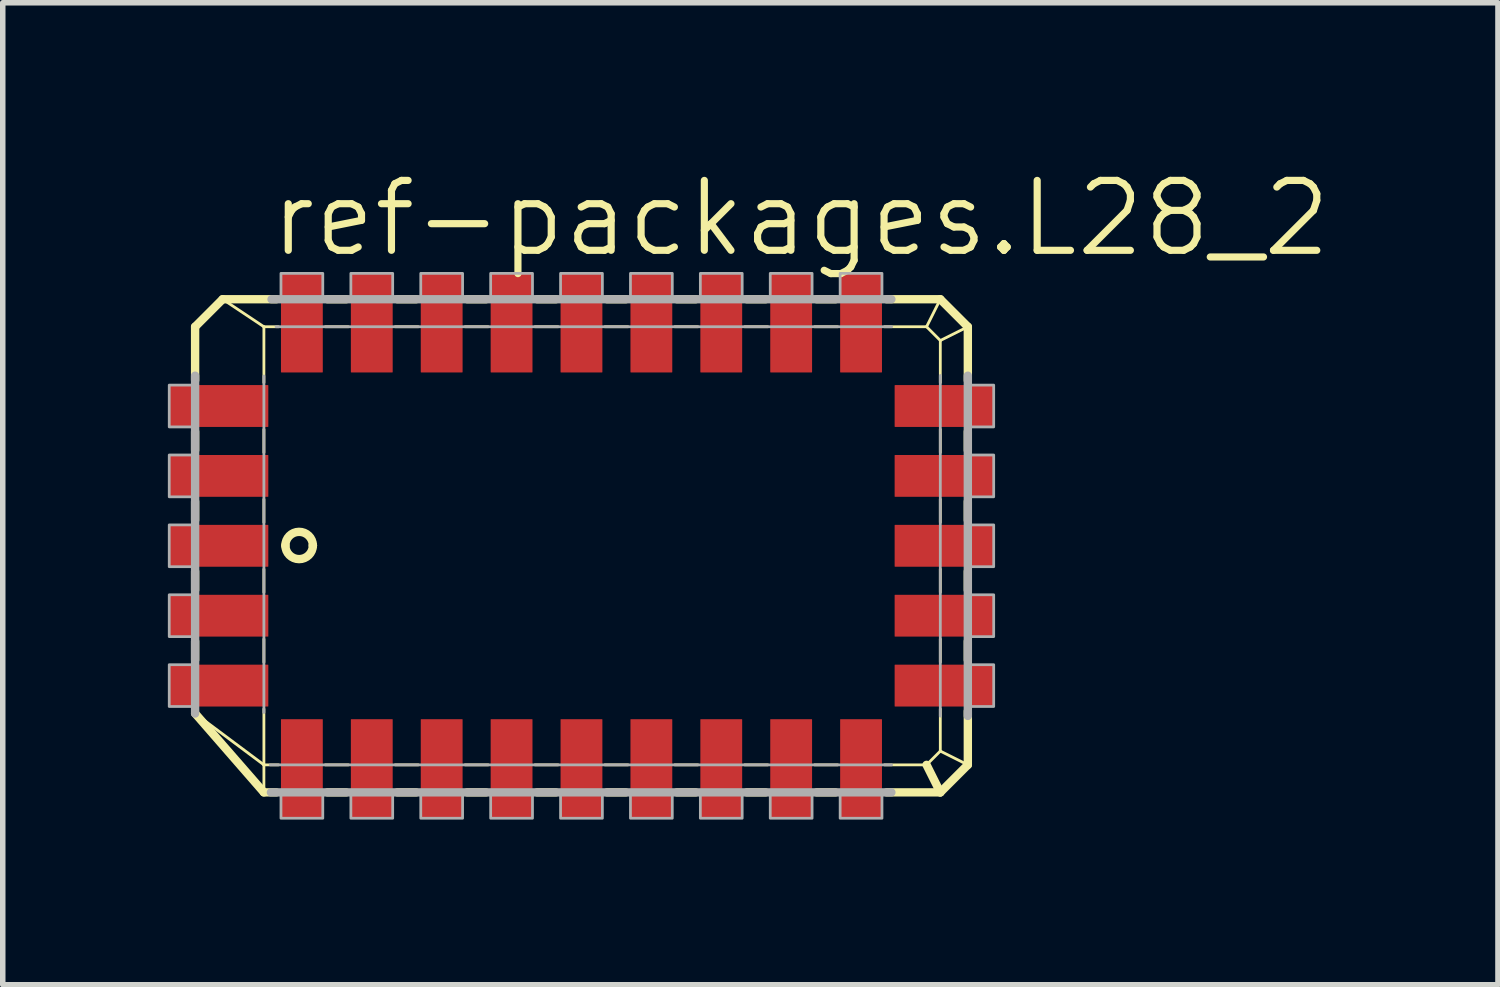
<source format=kicad_pcb>
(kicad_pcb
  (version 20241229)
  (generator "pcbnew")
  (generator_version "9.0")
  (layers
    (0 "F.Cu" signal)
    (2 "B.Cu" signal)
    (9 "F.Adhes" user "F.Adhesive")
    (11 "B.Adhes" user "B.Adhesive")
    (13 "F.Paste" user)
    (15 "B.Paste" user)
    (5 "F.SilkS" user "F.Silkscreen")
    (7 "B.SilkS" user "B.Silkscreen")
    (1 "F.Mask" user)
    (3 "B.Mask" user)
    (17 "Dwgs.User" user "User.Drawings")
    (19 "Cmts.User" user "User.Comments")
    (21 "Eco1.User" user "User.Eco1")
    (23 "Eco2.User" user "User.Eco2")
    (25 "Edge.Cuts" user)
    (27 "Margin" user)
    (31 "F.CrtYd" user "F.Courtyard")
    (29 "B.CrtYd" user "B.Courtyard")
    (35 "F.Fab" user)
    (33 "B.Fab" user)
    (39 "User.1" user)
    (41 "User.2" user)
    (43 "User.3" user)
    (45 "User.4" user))
  (footprint "ref-packages.L28_2"
    (layer "F.Cu")
    (at 7.515 6.867)
    (property "Reference" "ref-packages.L28_2" (at -5.715 -5.207 0) (layer "F.SilkS") (effects (font (size 1.27 1.27) (thickness 0.13)) (justify left bottom)))
    (attr smd)
    (fp_line (start -7.02 -3.98) (end -6.52 -4.48) (stroke (width 0.152) (type default)) (layer "F.SilkS"))
    (fp_line (start -7.02 -3.005) (end -7.02 -3.98) (stroke (width 0.152) (type default)) (layer "F.SilkS"))
    (fp_line (start -7.02 -1.735) (end -7.02 -2.075) (stroke (width 0.152) (type default)) (layer "F.SilkS"))
    (fp_line (start -7.02 -0.465) (end -7.02 -0.805) (stroke (width 0.152) (type default)) (layer "F.SilkS"))
    (fp_line (start -7.02 0.805) (end -7.02 0.465) (stroke (width 0.152) (type default)) (layer "F.SilkS"))
    (fp_line (start -7.02 2.075) (end -7.02 1.735) (stroke (width 0.152) (type default)) (layer "F.SilkS"))
    (fp_line (start -6.52 -4.48) (end -5.77 -3.98) (stroke (width 0.051) (type default)) (layer "F.SilkS"))
    (fp_line (start -6.52 -4.48) (end -5.545 -4.48) (stroke (width 0.152) (type default)) (layer "F.SilkS"))
    (fp_line (start -5.77 -3.98) (end -5.505 -3.98) (stroke (width 0.051) (type default)) (layer "F.SilkS"))
    (fp_line (start -5.77 -2.965) (end -5.77 -3.98) (stroke (width 0.051) (type default)) (layer "F.SilkS"))
    (fp_line (start -5.77 -1.695) (end -5.77 -2.115) (stroke (width 0.051) (type default)) (layer "F.SilkS"))
    (fp_line (start -5.77 -0.425) (end -5.77 -0.845) (stroke (width 0.051) (type default)) (layer "F.SilkS"))
    (fp_line (start -5.77 0.845) (end -5.77 0.425) (stroke (width 0.051) (type default)) (layer "F.SilkS"))
    (fp_line (start -5.77 2.115) (end -5.77 1.695) (stroke (width 0.051) (type default)) (layer "F.SilkS"))
    (fp_line (start -5.77 3.98) (end -7.015 3.051) (stroke (width 0.051) (type default)) (layer "F.SilkS"))
    (fp_line (start -5.77 3.98) (end -5.77 2.965) (stroke (width 0.051) (type default)) (layer "F.SilkS"))
    (fp_line (start -5.77 4.48) (end -7.02 3.045) (stroke (width 0.152) (type default)) (layer "F.SilkS"))
    (fp_line (start -5.77 4.48) (end -5.77 3.98) (stroke (width 0.051) (type default)) (layer "F.SilkS"))
    (fp_line (start -5.545 4.48) (end -5.77 4.48) (stroke (width 0.152) (type default)) (layer "F.SilkS"))
    (fp_line (start -5.505 3.98) (end -5.77 3.98) (stroke (width 0.051) (type default)) (layer "F.SilkS"))
    (fp_line (start -4.655 -3.98) (end -4.235 -3.98) (stroke (width 0.051) (type default)) (layer "F.SilkS"))
    (fp_line (start -4.615 -4.48) (end -4.275 -4.48) (stroke (width 0.152) (type default)) (layer "F.SilkS"))
    (fp_line (start -4.275 4.48) (end -4.615 4.48) (stroke (width 0.152) (type default)) (layer "F.SilkS"))
    (fp_line (start -4.235 3.98) (end -4.655 3.98) (stroke (width 0.051) (type default)) (layer "F.SilkS"))
    (fp_line (start -3.385 -3.98) (end -2.965 -3.98) (stroke (width 0.051) (type default)) (layer "F.SilkS"))
    (fp_line (start -3.345 -4.48) (end -3.005 -4.48) (stroke (width 0.152) (type default)) (layer "F.SilkS"))
    (fp_line (start -3.005 4.48) (end -3.345 4.48) (stroke (width 0.152) (type default)) (layer "F.SilkS"))
    (fp_line (start -2.965 3.98) (end -3.385 3.98) (stroke (width 0.051) (type default)) (layer "F.SilkS"))
    (fp_line (start -2.115 -3.98) (end -1.695 -3.98) (stroke (width 0.051) (type default)) (layer "F.SilkS"))
    (fp_line (start -2.075 -4.48) (end -1.735 -4.48) (stroke (width 0.152) (type default)) (layer "F.SilkS"))
    (fp_line (start -1.735 4.48) (end -2.075 4.48) (stroke (width 0.152) (type default)) (layer "F.SilkS"))
    (fp_line (start -1.695 3.98) (end -2.115 3.98) (stroke (width 0.051) (type default)) (layer "F.SilkS"))
    (fp_line (start -0.845 -3.98) (end -0.425 -3.98) (stroke (width 0.051) (type default)) (layer "F.SilkS"))
    (fp_line (start -0.805 -4.48) (end -0.465 -4.48) (stroke (width 0.152) (type default)) (layer "F.SilkS"))
    (fp_line (start -0.465 4.48) (end -0.805 4.48) (stroke (width 0.152) (type default)) (layer "F.SilkS"))
    (fp_line (start -0.425 3.98) (end -0.845 3.98) (stroke (width 0.051) (type default)) (layer "F.SilkS"))
    (fp_line (start 0.425 -3.98) (end 0.845 -3.98) (stroke (width 0.051) (type default)) (layer "F.SilkS"))
    (fp_line (start 0.465 -4.48) (end 0.805 -4.48) (stroke (width 0.152) (type default)) (layer "F.SilkS"))
    (fp_line (start 0.805 4.48) (end 0.465 4.48) (stroke (width 0.152) (type default)) (layer "F.SilkS"))
    (fp_line (start 0.845 3.98) (end 0.425 3.98) (stroke (width 0.051) (type default)) (layer "F.SilkS"))
    (fp_line (start 1.695 -3.98) (end 2.115 -3.98) (stroke (width 0.051) (type default)) (layer "F.SilkS"))
    (fp_line (start 1.735 -4.48) (end 2.075 -4.48) (stroke (width 0.152) (type default)) (layer "F.SilkS"))
    (fp_line (start 2.075 4.48) (end 1.735 4.48) (stroke (width 0.152) (type default)) (layer "F.SilkS"))
    (fp_line (start 2.115 3.98) (end 1.695 3.98) (stroke (width 0.051) (type default)) (layer "F.SilkS"))
    (fp_line (start 2.965 -3.98) (end 3.385 -3.98) (stroke (width 0.051) (type default)) (layer "F.SilkS"))
    (fp_line (start 3.005 -4.48) (end 3.345 -4.48) (stroke (width 0.152) (type default)) (layer "F.SilkS"))
    (fp_line (start 3.345 4.48) (end 3.005 4.48) (stroke (width 0.152) (type default)) (layer "F.SilkS"))
    (fp_line (start 3.385 3.98) (end 2.965 3.98) (stroke (width 0.051) (type default)) (layer "F.SilkS"))
    (fp_line (start 4.235 -3.98) (end 4.655 -3.98) (stroke (width 0.051) (type default)) (layer "F.SilkS"))
    (fp_line (start 4.275 -4.48) (end 4.615 -4.48) (stroke (width 0.152) (type default)) (layer "F.SilkS"))
    (fp_line (start 4.615 4.48) (end 4.275 4.48) (stroke (width 0.152) (type default)) (layer "F.SilkS"))
    (fp_line (start 4.655 3.98) (end 4.235 3.98) (stroke (width 0.051) (type default)) (layer "F.SilkS"))
    (fp_line (start 5.505 -3.98) (end 6.27 -3.98) (stroke (width 0.051) (type default)) (layer "F.SilkS"))
    (fp_line (start 5.545 -4.48) (end 6.52 -4.48) (stroke (width 0.152) (type default)) (layer "F.SilkS"))
    (fp_line (start 6.27 -3.98) (end 6.52 -4.48) (stroke (width 0.051) (type default)) (layer "F.SilkS"))
    (fp_line (start 6.27 -3.98) (end 6.52 -3.73) (stroke (width 0.051) (type default)) (layer "F.SilkS"))
    (fp_line (start 6.27 3.98) (end 5.505 3.98) (stroke (width 0.051) (type default)) (layer "F.SilkS"))
    (fp_line (start 6.52 -4.48) (end 7.02 -3.98) (stroke (width 0.152) (type default)) (layer "F.SilkS"))
    (fp_line (start 6.52 -3.73) (end 6.52 -2.965) (stroke (width 0.051) (type default)) (layer "F.SilkS"))
    (fp_line (start 6.52 -3.73) (end 7.02 -3.98) (stroke (width 0.051) (type default)) (layer "F.SilkS"))
    (fp_line (start 6.52 -2.115) (end 6.52 -1.695) (stroke (width 0.051) (type default)) (layer "F.SilkS"))
    (fp_line (start 6.52 -0.845) (end 6.52 -0.425) (stroke (width 0.051) (type default)) (layer "F.SilkS"))
    (fp_line (start 6.52 0.425) (end 6.52 0.845) (stroke (width 0.051) (type default)) (layer "F.SilkS"))
    (fp_line (start 6.52 1.695) (end 6.52 2.115) (stroke (width 0.051) (type default)) (layer "F.SilkS"))
    (fp_line (start 6.52 2.965) (end 6.52 3.73) (stroke (width 0.051) (type default)) (layer "F.SilkS"))
    (fp_line (start 6.52 3.73) (end 6.27 3.98) (stroke (width 0.051) (type default)) (layer "F.SilkS"))
    (fp_line (start 6.52 4.48) (end 5.545 4.48) (stroke (width 0.152) (type default)) (layer "F.SilkS"))
    (fp_line (start 6.52 4.48) (end 6.27 3.98) (stroke (width 0.152) (type default)) (layer "F.SilkS"))
    (fp_line (start 7.02 -3.98) (end 7.02 -3.005) (stroke (width 0.152) (type default)) (layer "F.SilkS"))
    (fp_line (start 7.02 -2.075) (end 7.02 -1.735) (stroke (width 0.152) (type default)) (layer "F.SilkS"))
    (fp_line (start 7.02 -0.805) (end 7.02 -0.465) (stroke (width 0.152) (type default)) (layer "F.SilkS"))
    (fp_line (start 7.02 0.465) (end 7.02 0.805) (stroke (width 0.152) (type default)) (layer "F.SilkS"))
    (fp_line (start 7.02 1.735) (end 7.02 2.075) (stroke (width 0.152) (type default)) (layer "F.SilkS"))
    (fp_line (start 7.02 3.005) (end 7.02 3.98) (stroke (width 0.152) (type default)) (layer "F.SilkS"))
    (fp_line (start 7.02 3.98) (end 6.52 3.73) (stroke (width 0.051) (type default)) (layer "F.SilkS"))
    (fp_line (start 7.02 3.98) (end 6.52 4.48) (stroke (width 0.152) (type default)) (layer "F.SilkS"))
    (fp_arc (start -5.38 -0.001) (mid -5.132964 -0.251018) (end -4.88 -0.007) (stroke (width 0.1524) (type default)) (layer "F.SilkS"))
    (fp_arc (start -4.88 -0.007) (mid -5.131 0.242) (end -5.38 -0.009) (stroke (width 0.1524) (type default)) (layer "F.SilkS"))
    (fp_arc (start -4.88 -0.007) (mid -4.879982 -0.004) (end -4.88 -0.001) (stroke (width 0.1524) (type default)) (layer "F.SilkS"))
    (fp_line (start -7.02 3.047) (end -7.02 -3.091) (stroke (width 0.152) (type default)) (layer "F.Fab"))
    (fp_line (start -5.77 3.028) (end -5.77 -3.085) (stroke (width 0.051) (type default)) (layer "F.Fab"))
    (fp_line (start -5.631 -4.48) (end 5.631 -4.48) (stroke (width 0.152) (type default)) (layer "F.Fab"))
    (fp_line (start -5.549 -3.98) (end 5.635 -3.98) (stroke (width 0.051) (type default)) (layer "F.Fab"))
    (fp_line (start 5.631 4.48) (end -5.643 4.48) (stroke (width 0.152) (type default)) (layer "F.Fab"))
    (fp_line (start 5.635 3.98) (end -5.656 3.98) (stroke (width 0.051) (type default)) (layer "F.Fab"))
    (fp_line (start 6.52 -3.095) (end 6.52 3.095) (stroke (width 0.051) (type default)) (layer "F.Fab"))
    (fp_line (start 7.02 -3.091) (end 7.02 3.091) (stroke (width 0.152) (type default)) (layer "F.Fab"))
    (fp_rect (start -7.49 -2.16) (end -7.02 -2.92) (stroke (width 0.05) (type default)) (fill no) (layer "F.Fab"))
    (fp_rect (start -7.49 -0.89) (end -7.02 -1.65) (stroke (width 0.05) (type default)) (fill no) (layer "F.Fab"))
    (fp_rect (start -7.49 0.38) (end -7.02 -0.38) (stroke (width 0.05) (type default)) (fill no) (layer "F.Fab"))
    (fp_rect (start -7.49 1.65) (end -7.02 0.89) (stroke (width 0.05) (type default)) (fill no) (layer "F.Fab"))
    (fp_rect (start -7.49 2.92) (end -7.02 2.16) (stroke (width 0.05) (type default)) (fill no) (layer "F.Fab"))
    (fp_rect (start -5.46 -4.48) (end -4.7 -4.95) (stroke (width 0.05) (type default)) (fill no) (layer "F.Fab"))
    (fp_rect (start -5.46 4.95) (end -4.7 4.48) (stroke (width 0.05) (type default)) (fill no) (layer "F.Fab"))
    (fp_rect (start -4.19 -4.48) (end -3.43 -4.95) (stroke (width 0.05) (type default)) (fill no) (layer "F.Fab"))
    (fp_rect (start -4.19 4.95) (end -3.43 4.48) (stroke (width 0.05) (type default)) (fill no) (layer "F.Fab"))
    (fp_rect (start -2.92 -4.48) (end -2.16 -4.95) (stroke (width 0.05) (type default)) (fill no) (layer "F.Fab"))
    (fp_rect (start -2.92 4.95) (end -2.16 4.48) (stroke (width 0.05) (type default)) (fill no) (layer "F.Fab"))
    (fp_rect (start -1.65 -4.48) (end -0.89 -4.95) (stroke (width 0.05) (type default)) (fill no) (layer "F.Fab"))
    (fp_rect (start -1.65 4.95) (end -0.89 4.48) (stroke (width 0.05) (type default)) (fill no) (layer "F.Fab"))
    (fp_rect (start -0.38 -4.48) (end 0.38 -4.95) (stroke (width 0.05) (type default)) (fill no) (layer "F.Fab"))
    (fp_rect (start -0.38 4.95) (end 0.38 4.48) (stroke (width 0.05) (type default)) (fill no) (layer "F.Fab"))
    (fp_rect (start 0.89 -4.48) (end 1.65 -4.95) (stroke (width 0.05) (type default)) (fill no) (layer "F.Fab"))
    (fp_rect (start 0.89 4.95) (end 1.65 4.48) (stroke (width 0.05) (type default)) (fill no) (layer "F.Fab"))
    (fp_rect (start 2.16 -4.48) (end 2.92 -4.95) (stroke (width 0.05) (type default)) (fill no) (layer "F.Fab"))
    (fp_rect (start 2.16 4.95) (end 2.92 4.48) (stroke (width 0.05) (type default)) (fill no) (layer "F.Fab"))
    (fp_rect (start 3.43 -4.48) (end 4.19 -4.95) (stroke (width 0.05) (type default)) (fill no) (layer "F.Fab"))
    (fp_rect (start 3.43 4.95) (end 4.19 4.48) (stroke (width 0.05) (type default)) (fill no) (layer "F.Fab"))
    (fp_rect (start 4.7 -4.48) (end 5.46 -4.95) (stroke (width 0.05) (type default)) (fill no) (layer "F.Fab"))
    (fp_rect (start 4.7 4.95) (end 5.46 4.48) (stroke (width 0.05) (type default)) (fill no) (layer "F.Fab"))
    (fp_rect (start 7.02 -2.16) (end 7.49 -2.92) (stroke (width 0.05) (type default)) (fill no) (layer "F.Fab"))
    (fp_rect (start 7.02 -0.89) (end 7.49 -1.65) (stroke (width 0.05) (type default)) (fill no) (layer "F.Fab"))
    (fp_rect (start 7.02 0.38) (end 7.49 -0.38) (stroke (width 0.05) (type default)) (fill no) (layer "F.Fab"))
    (fp_rect (start 7.02 1.65) (end 7.49 0.89) (stroke (width 0.05) (type default)) (fill no) (layer "F.Fab"))
    (fp_rect (start 7.02 2.92) (end 7.49 2.16) (stroke (width 0.05) (type default)) (fill no) (layer "F.Fab"))
    (pad "1" smd roundrect (at -6.59 0) (size 1.8 0.76) (layers "F.Cu" "F.Mask" "F.Paste") (roundrect_rratio 0.01))
    (pad "2" smd roundrect (at -6.59 1.27) (size 1.8 0.76) (layers "F.Cu" "F.Mask" "F.Paste") (roundrect_rratio 0.01))
    (pad "3" smd roundrect (at -6.59 2.54) (size 1.8 0.76) (layers "F.Cu" "F.Mask" "F.Paste") (roundrect_rratio 0.01))
    (pad "4" smd roundrect (at -5.08 4.05) (size 0.76 1.8) (layers "F.Cu" "F.Mask" "F.Paste") (roundrect_rratio 0.01))
    (pad "5" smd roundrect (at -3.81 4.05) (size 0.76 1.8) (layers "F.Cu" "F.Mask" "F.Paste") (roundrect_rratio 0.01))
    (pad "6" smd roundrect (at -2.54 4.05) (size 0.76 1.8) (layers "F.Cu" "F.Mask" "F.Paste") (roundrect_rratio 0.01))
    (pad "7" smd roundrect (at -1.27 4.05) (size 0.76 1.8) (layers "F.Cu" "F.Mask" "F.Paste") (roundrect_rratio 0.01))
    (pad "8" smd roundrect (at 0 4.05) (size 0.76 1.8) (layers "F.Cu" "F.Mask" "F.Paste") (roundrect_rratio 0.01))
    (pad "9" smd roundrect (at 1.27 4.05) (size 0.76 1.8) (layers "F.Cu" "F.Mask" "F.Paste") (roundrect_rratio 0.01))
    (pad "10" smd roundrect (at 2.54 4.05) (size 0.76 1.8) (layers "F.Cu" "F.Mask" "F.Paste") (roundrect_rratio 0.01))
    (pad "11" smd roundrect (at 3.81 4.05) (size 0.76 1.8) (layers "F.Cu" "F.Mask" "F.Paste") (roundrect_rratio 0.01))
    (pad "12" smd roundrect (at 5.08 4.05) (size 0.76 1.8) (layers "F.Cu" "F.Mask" "F.Paste") (roundrect_rratio 0.01))
    (pad "13" smd roundrect (at 6.59 2.54) (size 1.8 0.76) (layers "F.Cu" "F.Mask" "F.Paste") (roundrect_rratio 0.01))
    (pad "14" smd roundrect (at 6.59 1.27) (size 1.8 0.76) (layers "F.Cu" "F.Mask" "F.Paste") (roundrect_rratio 0.01))
    (pad "15" smd roundrect (at 6.59 0) (size 1.8 0.76) (layers "F.Cu" "F.Mask" "F.Paste") (roundrect_rratio 0.01))
    (pad "16" smd roundrect (at 6.59 -1.27) (size 1.8 0.76) (layers "F.Cu" "F.Mask" "F.Paste") (roundrect_rratio 0.01))
    (pad "17" smd roundrect (at 6.59 -2.54) (size 1.8 0.76) (layers "F.Cu" "F.Mask" "F.Paste") (roundrect_rratio 0.01))
    (pad "18" smd roundrect (at 5.08 -4.05) (size 0.76 1.8) (layers "F.Cu" "F.Mask" "F.Paste") (roundrect_rratio 0.01))
    (pad "19" smd roundrect (at 3.81 -4.05) (size 0.76 1.8) (layers "F.Cu" "F.Mask" "F.Paste") (roundrect_rratio 0.01))
    (pad "20" smd roundrect (at 2.54 -4.05) (size 0.76 1.8) (layers "F.Cu" "F.Mask" "F.Paste") (roundrect_rratio 0.01))
    (pad "21" smd roundrect (at 1.27 -4.05) (size 0.76 1.8) (layers "F.Cu" "F.Mask" "F.Paste") (roundrect_rratio 0.01))
    (pad "22" smd roundrect (at 0 -4.05) (size 0.76 1.8) (layers "F.Cu" "F.Mask" "F.Paste") (roundrect_rratio 0.01))
    (pad "23" smd roundrect (at -1.27 -4.05) (size 0.76 1.8) (layers "F.Cu" "F.Mask" "F.Paste") (roundrect_rratio 0.01))
    (pad "24" smd roundrect (at -2.54 -4.05) (size 0.76 1.8) (layers "F.Cu" "F.Mask" "F.Paste") (roundrect_rratio 0.01))
    (pad "25" smd roundrect (at -3.81 -4.05) (size 0.76 1.8) (layers "F.Cu" "F.Mask" "F.Paste") (roundrect_rratio 0.01))
    (pad "26" smd roundrect (at -5.08 -4.05) (size 0.76 1.8) (layers "F.Cu" "F.Mask" "F.Paste") (roundrect_rratio 0.01))
    (pad "27" smd roundrect (at -6.59 -2.54) (size 1.8 0.76) (layers "F.Cu" "F.Mask" "F.Paste") (roundrect_rratio 0.01))
    (pad "28" smd roundrect (at -6.59 -1.27) (size 1.8 0.76) (layers "F.Cu" "F.Mask" "F.Paste") (roundrect_rratio 0.01)))
  (gr_rect
    (start -3 -3)
    (end 24.167 14.842)
    (stroke (width 0.1) (type default))
    (fill no)
    (layer "Edge.Cuts")))
</source>
